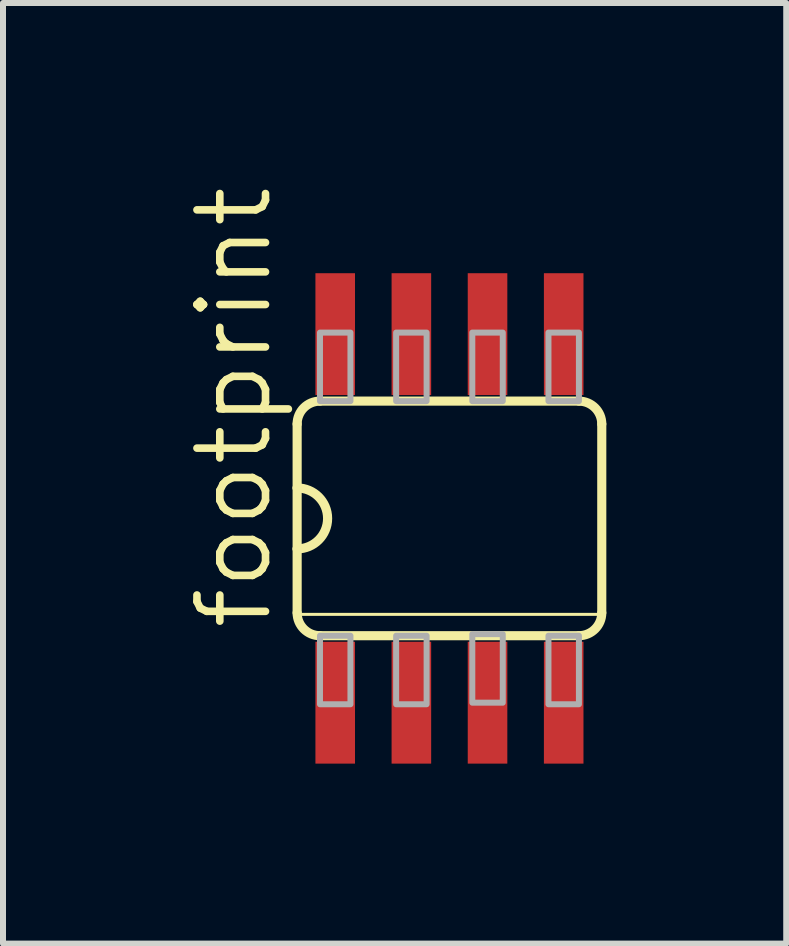
<source format=kicad_pcb>
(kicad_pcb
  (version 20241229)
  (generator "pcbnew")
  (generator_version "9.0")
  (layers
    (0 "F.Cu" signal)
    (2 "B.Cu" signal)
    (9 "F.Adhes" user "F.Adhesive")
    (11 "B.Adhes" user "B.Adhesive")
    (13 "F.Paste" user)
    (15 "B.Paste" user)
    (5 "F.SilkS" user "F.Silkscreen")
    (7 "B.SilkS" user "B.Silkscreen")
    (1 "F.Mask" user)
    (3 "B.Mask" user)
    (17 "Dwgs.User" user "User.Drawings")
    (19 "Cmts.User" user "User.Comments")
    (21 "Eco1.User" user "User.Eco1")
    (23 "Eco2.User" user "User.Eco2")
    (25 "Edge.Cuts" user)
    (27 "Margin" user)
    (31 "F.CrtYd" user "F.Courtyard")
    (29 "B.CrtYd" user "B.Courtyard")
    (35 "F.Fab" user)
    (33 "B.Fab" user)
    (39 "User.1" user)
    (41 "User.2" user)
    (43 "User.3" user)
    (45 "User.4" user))
  (footprint "footprint"
    (layer "F.Cu")
    (at 4.445 5.595)
    (property "Reference" "footprint" (at -2.921 1.905 90) (layer "F.SilkS") (effects (font (size 1.143 1.143) (thickness 0.127)) (justify left bottom)))
    (fp_line (start -2.54 -1.575) (end -2.54 -0.508) (stroke (width 0.152) (type solid)) (layer "F.SilkS"))
    (fp_line (start -2.54 -0.508) (end -2.54 0.508) (stroke (width 0.152) (type solid)) (layer "F.SilkS"))
    (fp_line (start -2.54 0.508) (end -2.54 1.575) (stroke (width 0.152) (type solid)) (layer "F.SilkS"))
    (fp_line (start -2.54 1.6) (end 2.54 1.6) (stroke (width 0.051) (type solid)) (layer "F.SilkS"))
    (fp_line (start -2.159 1.956) (end 2.159 1.956) (stroke (width 0.152) (type solid)) (layer "F.SilkS"))
    (fp_line (start 2.159 -1.956) (end -2.159 -1.956) (stroke (width 0.152) (type solid)) (layer "F.SilkS"))
    (fp_line (start 2.54 1.575) (end 2.54 -1.575) (stroke (width 0.152) (type solid)) (layer "F.SilkS"))
    (fp_arc (start -2.54 -1.5748) (mid -2.428408 -1.844208) (end -2.159 -1.9558) (stroke (width 0.1524) (type solid)) (layer "F.SilkS"))
    (fp_arc (start -2.54 -0.508) (mid -2.032 0) (end -2.54 0.508) (stroke (width 0.1524) (type solid)) (layer "F.SilkS"))
    (fp_arc (start -2.159 1.9558) (mid -2.428408 1.844208) (end -2.54 1.5748) (stroke (width 0.1524) (type solid)) (layer "F.SilkS"))
    (fp_arc (start 2.159 -1.9558) (mid 2.428408 -1.844208) (end 2.54 -1.5748) (stroke (width 0.1524) (type solid)) (layer "F.SilkS"))
    (fp_arc (start 2.54 1.5748) (mid 2.428408 1.844208) (end 2.159 1.9558) (stroke (width 0.1524) (type solid)) (layer "F.SilkS"))
    (fp_poly (pts (xy -2.159 -1.956) (xy -1.651 -1.956) (xy -1.651 -3.099) (xy -2.159 -3.099)) (stroke (width 0.1) (type solid)) (fill no) (layer "F.Fab"))
    (fp_poly (pts (xy -2.159 3.099) (xy -1.651 3.099) (xy -1.651 1.956) (xy -2.159 1.956)) (stroke (width 0.1) (type solid)) (fill no) (layer "F.Fab"))
    (fp_poly (pts (xy -0.889 -1.956) (xy -0.381 -1.956) (xy -0.381 -3.099) (xy -0.889 -3.099)) (stroke (width 0.1) (type solid)) (fill no) (layer "F.Fab"))
    (fp_poly (pts (xy -0.889 3.099) (xy -0.381 3.099) (xy -0.381 1.956) (xy -0.889 1.956)) (stroke (width 0.1) (type solid)) (fill no) (layer "F.Fab"))
    (fp_poly (pts (xy 0.381 -1.956) (xy 0.889 -1.956) (xy 0.889 -3.099) (xy 0.381 -3.099)) (stroke (width 0.1) (type solid)) (fill no) (layer "F.Fab"))
    (fp_poly (pts (xy 0.381 3.073) (xy 0.889 3.073) (xy 0.889 1.93) (xy 0.381 1.93)) (stroke (width 0.1) (type solid)) (fill no) (layer "F.Fab"))
    (fp_poly (pts (xy 1.651 -1.956) (xy 2.159 -1.956) (xy 2.159 -3.099) (xy 1.651 -3.099)) (stroke (width 0.1) (type solid)) (fill no) (layer "F.Fab"))
    (fp_poly (pts (xy 1.651 3.099) (xy 2.159 3.099) (xy 2.159 1.956) (xy 1.651 1.956)) (stroke (width 0.1) (type solid)) (fill no) (layer "F.Fab"))
    (pad "1" smd rect (at -1.905 3.073) (size 0.66 2.032) (layers "F.Cu" "F.Mask" "F.Paste"))
    (pad "2" smd rect (at -0.635 3.073) (size 0.66 2.032) (layers "F.Cu" "F.Mask" "F.Paste"))
    (pad "3" smd rect (at 0.635 3.073) (size 0.66 2.032) (layers "F.Cu" "F.Mask" "F.Paste"))
    (pad "4" smd rect (at 1.905 3.073) (size 0.66 2.032) (layers "F.Cu" "F.Mask" "F.Paste"))
    (pad "5" smd rect (at 1.905 -3.073) (size 0.66 2.032) (layers "F.Cu" "F.Mask" "F.Paste"))
    (pad "6" smd rect (at 0.635 -3.073) (size 0.66 2.032) (layers "F.Cu" "F.Mask" "F.Paste"))
    (pad "7" smd rect (at -0.635 -3.073) (size 0.66 2.032) (layers "F.Cu" "F.Mask" "F.Paste"))
    (pad "8" smd rect (at -1.905 -3.073) (size 0.66 2.032) (layers "F.Cu" "F.Mask" "F.Paste")))
  (gr_rect
    (start -3 -3)
    (end 10.061 12.685)
    (stroke (width 0.1) (type default))
    (fill no)
    (layer "Edge.Cuts")))
</source>
